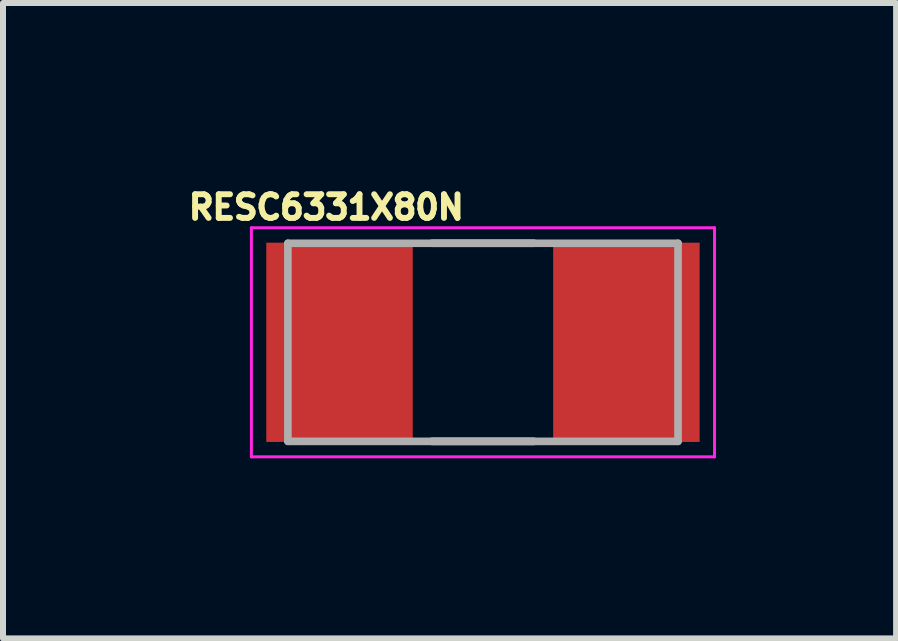
<source format=kicad_pcb>
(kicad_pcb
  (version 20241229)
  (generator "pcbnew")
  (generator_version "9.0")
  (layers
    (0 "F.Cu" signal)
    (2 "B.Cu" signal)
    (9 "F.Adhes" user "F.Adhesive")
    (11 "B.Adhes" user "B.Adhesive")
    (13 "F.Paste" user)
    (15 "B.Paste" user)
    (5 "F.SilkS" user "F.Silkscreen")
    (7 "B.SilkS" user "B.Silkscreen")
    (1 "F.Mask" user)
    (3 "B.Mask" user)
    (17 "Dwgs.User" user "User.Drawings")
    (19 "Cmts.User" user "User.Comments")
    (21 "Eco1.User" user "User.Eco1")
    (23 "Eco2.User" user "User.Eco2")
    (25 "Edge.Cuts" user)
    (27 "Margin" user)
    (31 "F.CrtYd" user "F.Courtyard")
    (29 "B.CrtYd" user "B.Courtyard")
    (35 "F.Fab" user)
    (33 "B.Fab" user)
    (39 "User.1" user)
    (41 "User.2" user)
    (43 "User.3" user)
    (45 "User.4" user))
  (footprint "RESC6331X80N"
    (layer "F.Cu")
    (at 4.996 2.653)
    (property "Reference" "RESC6331X80N" (at -2.61 -2.25 0) (layer "F.SilkS") (effects (font (size 0.394 0.394) (thickness 0.15))))
    (attr smd)
    (fp_line (start -0.85 -1.65) (end 0.85 -1.65) (stroke (width 0.127) (type solid)) (layer "F.SilkS"))
    (fp_line (start -0.85 1.65) (end 0.85 1.65) (stroke (width 0.127) (type solid)) (layer "F.SilkS"))
    (fp_line (start -3.858 -1.908) (end 3.858 -1.908) (stroke (width 0.05) (type solid)) (layer "F.CrtYd"))
    (fp_line (start -3.858 1.908) (end -3.858 -1.908) (stroke (width 0.05) (type solid)) (layer "F.CrtYd"))
    (fp_line (start -3.858 1.908) (end 3.858 1.908) (stroke (width 0.05) (type solid)) (layer "F.CrtYd"))
    (fp_line (start 3.858 1.908) (end 3.858 -1.908) (stroke (width 0.05) (type solid)) (layer "F.CrtYd"))
    (fp_line (start -3.25 1.65) (end -3.25 -1.65) (stroke (width 0.127) (type solid)) (layer "F.Fab"))
    (fp_line (start 3.25 -1.65) (end -3.25 -1.65) (stroke (width 0.127) (type solid)) (layer "F.Fab"))
    (fp_line (start 3.25 1.65) (end -3.25 1.65) (stroke (width 0.127) (type solid)) (layer "F.Fab"))
    (fp_line (start 3.25 1.65) (end 3.25 -1.65) (stroke (width 0.127) (type solid)) (layer "F.Fab"))
    (pad "1" smd rect (at -2.39 0) (size 2.44 3.32) (layers "F.Cu" "F.Mask" "F.Paste"))
    (pad "2" smd rect (at 2.39 0) (size 2.44 3.32) (layers "F.Cu" "F.Mask" "F.Paste")))
  (gr_rect
    (start -3 -3)
    (end 11.879 7.586)
    (stroke (width 0.1) (type default))
    (fill no)
    (layer "Edge.Cuts")))
</source>
